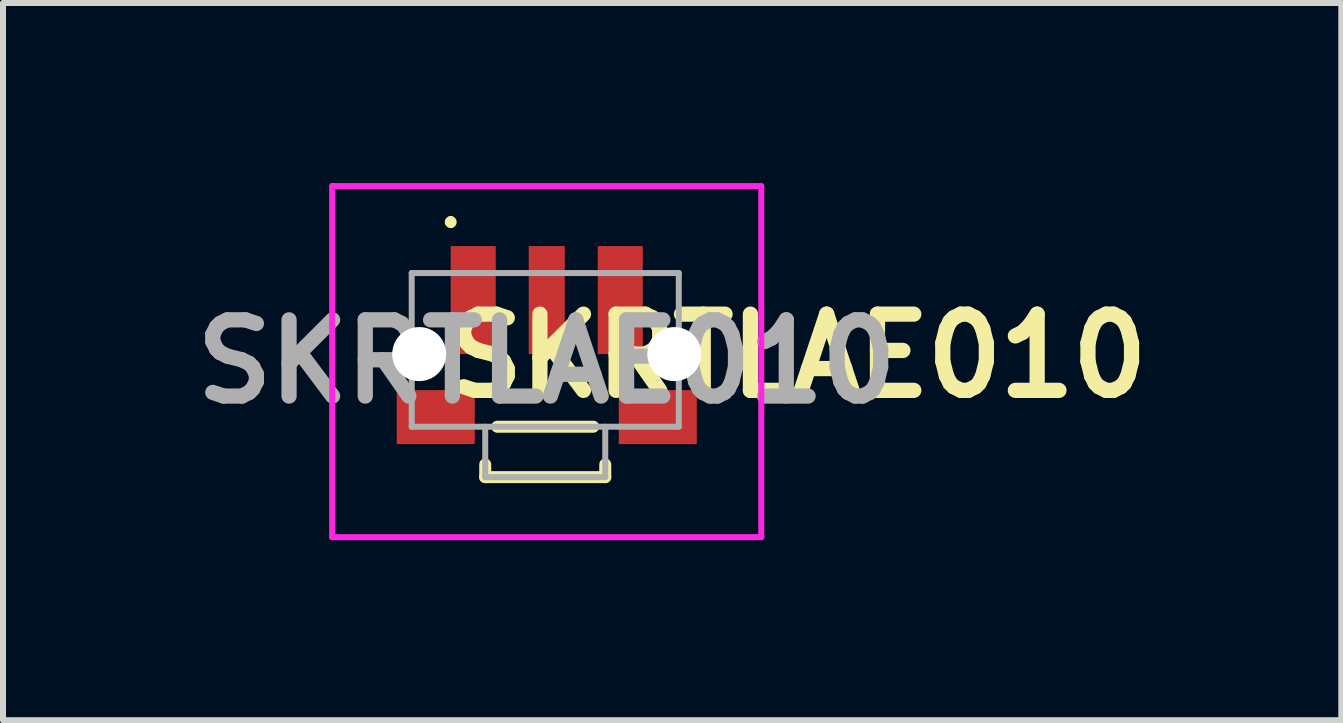
<source format=kicad_pcb>
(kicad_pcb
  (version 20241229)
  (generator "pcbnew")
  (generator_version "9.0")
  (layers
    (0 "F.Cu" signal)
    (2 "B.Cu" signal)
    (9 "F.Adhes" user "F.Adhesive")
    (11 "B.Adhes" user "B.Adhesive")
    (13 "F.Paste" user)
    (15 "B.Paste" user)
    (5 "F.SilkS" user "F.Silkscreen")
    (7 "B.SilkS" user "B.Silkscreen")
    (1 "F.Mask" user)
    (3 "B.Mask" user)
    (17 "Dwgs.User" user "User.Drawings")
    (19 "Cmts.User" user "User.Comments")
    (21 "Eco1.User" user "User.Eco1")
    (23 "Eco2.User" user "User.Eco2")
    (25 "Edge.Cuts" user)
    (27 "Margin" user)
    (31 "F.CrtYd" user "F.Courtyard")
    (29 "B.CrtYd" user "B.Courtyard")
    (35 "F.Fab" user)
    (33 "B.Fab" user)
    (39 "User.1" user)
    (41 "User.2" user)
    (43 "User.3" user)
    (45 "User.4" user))
  (footprint "SKRTLAE010"
    (layer "F.Cu")
    (at 6.06 3.2)
    (property "Reference" "SKRTLAE010" (at 4.18 -0.32 0) (layer "F.SilkS") (effects (font (size 1.27 1.27) (thickness 0.254))))
    (attr through_hole)
    (fp_line (start -1.6 -2.6) (end -1.6 -2.6) (stroke (width 0.1) (type solid)) (layer "F.SilkS"))
    (fp_line (start -1.6 -2.5) (end -1.6 -2.5) (stroke (width 0.1) (type solid)) (layer "F.SilkS"))
    (fp_line (start -1.025 1.7) (end -1.025 1.49) (stroke (width 0.2) (type solid)) (layer "F.SilkS"))
    (fp_line (start -0.825 0.86) (end 0.775 0.86) (stroke (width 0.2) (type solid)) (layer "F.SilkS"))
    (fp_line (start 0.975 1.49) (end 0.975 1.7) (stroke (width 0.2) (type solid)) (layer "F.SilkS"))
    (fp_line (start 0.975 1.7) (end -1.025 1.7) (stroke (width 0.2) (type solid)) (layer "F.SilkS"))
    (fp_arc (start -1.6 -2.6) (mid -1.55 -2.55) (end -1.6 -2.5) (stroke (width 0.1) (type solid)) (layer "F.SilkS"))
    (fp_arc (start -1.6 -2.5) (mid -1.65 -2.55) (end -1.6 -2.6) (stroke (width 0.1) (type solid)) (layer "F.SilkS"))
    (fp_line (start -3.575 -3.15) (end 3.575 -3.15) (stroke (width 0.1) (type solid)) (layer "F.CrtYd"))
    (fp_line (start -3.575 2.7) (end -3.575 -3.15) (stroke (width 0.1) (type solid)) (layer "F.CrtYd"))
    (fp_line (start 3.575 -3.15) (end 3.575 2.7) (stroke (width 0.1) (type solid)) (layer "F.CrtYd"))
    (fp_line (start 3.575 2.7) (end -3.575 2.7) (stroke (width 0.1) (type solid)) (layer "F.CrtYd"))
    (fp_line (start -2.25 -1.7) (end 2.2 -1.7) (stroke (width 0.1) (type solid)) (layer "F.Fab"))
    (fp_line (start -2.25 0.86) (end -2.25 -1.7) (stroke (width 0.1) (type solid)) (layer "F.Fab"))
    (fp_line (start -1.025 1.7) (end -1.025 0.86) (stroke (width 0.1) (type solid)) (layer "F.Fab"))
    (fp_line (start 0.975 0.86) (end 0.975 1.7) (stroke (width 0.1) (type solid)) (layer "F.Fab"))
    (fp_line (start 0.975 1.7) (end -1.025 1.7) (stroke (width 0.1) (type solid)) (layer "F.Fab"))
    (fp_line (start 2.2 -1.7) (end 2.2 0.86) (stroke (width 0.1) (type solid)) (layer "F.Fab"))
    (fp_line (start 2.2 0.86) (end -2.25 0.86) (stroke (width 0.1) (type solid)) (layer "F.Fab"))
    (fp_text user "${REFERENCE}" (at 0 -0.225 0) (layer "F.Fab") (effects (font (size 1.27 1.27) (thickness 0.254))))
    (pad "" np_thru_hole circle (at -2.125 -0.35) (size 0.9 0.9) (drill 0.9) (layers "*.Cu" "*.Mask"))
    (pad "" np_thru_hole circle (at 2.125 -0.35) (size 0.9 0.9) (drill 0.9) (layers "*.Cu" "*.Mask"))
    (pad "1" smd rect (at -1.225 -1.25) (size 0.75 1.8) (layers "F.Cu" "F.Mask" "F.Paste"))
    (pad "2" smd rect (at 0 -1.25) (size 0.6 1.8) (layers "F.Cu" "F.Mask" "F.Paste"))
    (pad "3" smd rect (at 1.225 -1.25) (size 0.75 1.8) (layers "F.Cu" "F.Mask" "F.Paste"))
    (pad "MP1" smd rect (at -1.85 0.7 90) (size 0.9 1.3) (layers "F.Cu" "F.Mask" "F.Paste"))
    (pad "MP2" smd rect (at 1.85 0.7 90) (size 0.9 1.3) (layers "F.Cu" "F.Mask" "F.Paste")))
  (gr_rect
    (start -3 -3)
    (end 19.299 8.95)
    (stroke (width 0.1) (type default))
    (fill no)
    (layer "Edge.Cuts")))
</source>
